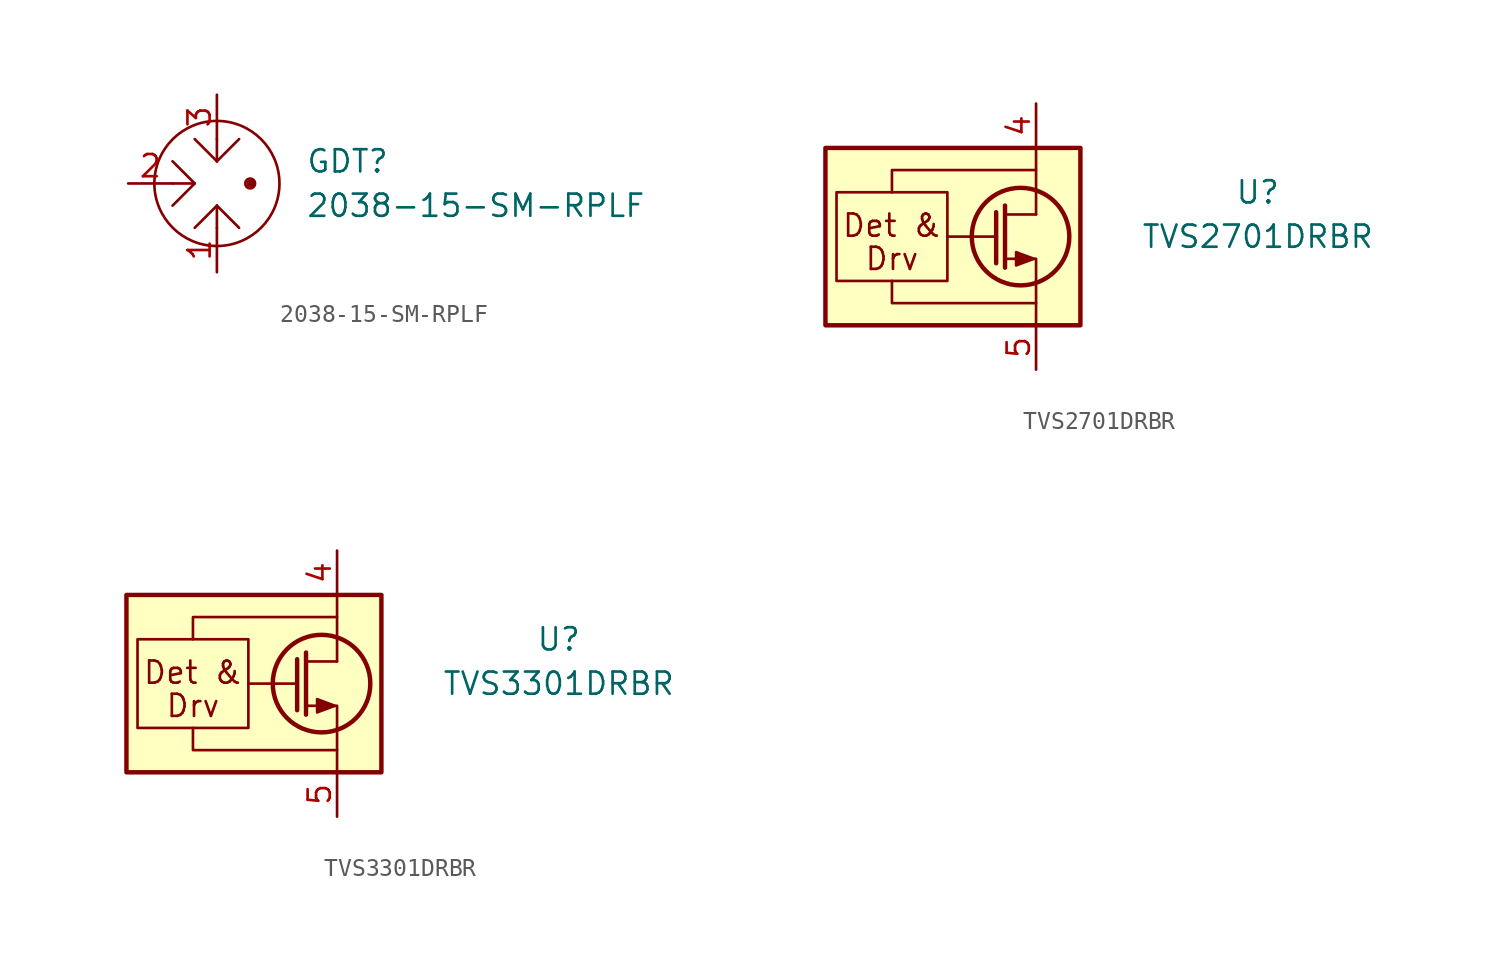
<source format=kicad_sym>
(kicad_symbol_lib
  (version 20241209)
  (generator "kicad_symbol_editor")
  (generator_version "9.0")
  (symbol "2038-15-SM-RPLF"
    (pin_names
      (hide yes))
    (property "Reference" "GDT"
      (at 5.08 1.27 0)
      (effects (font (size 1.27 1.27)) (justify left)))
    (property "Value" "2038-15-SM-RPLF"
      (at 5.08 -1.27 0)
      (effects (font (size 1.27 1.27)) (justify left)))
    (symbol "2038-15-SM-RPLF_0_1"
      (polyline (pts (xy -2.54 1.27) (xy -1.27 0) (xy -2.54 -1.27)) (stroke (width 0) (type default)) (fill (type none)))
      (polyline (pts (xy -2.54 0) (xy -1.27 0)) (stroke (width 0) (type default)) (fill (type none)))
      (polyline (pts (xy 0 2.54) (xy 0 1.27)) (stroke (width 0) (type default)) (fill (type none)))
      (polyline (pts (xy 0 1.27) (xy -1.27 2.54)) (stroke (width 0) (type default)) (fill (type none)))
      (polyline (pts (xy 0 1.27) (xy 1.27 2.54)) (stroke (width 0) (type default)) (fill (type none)))
      (circle (center 0 0) (radius 3.581) (stroke (width 0) (type default)) (fill (type none)))
      (polyline (pts (xy 0 -1.27) (xy -1.27 -2.54)) (stroke (width 0) (type default)) (fill (type none)))
      (polyline (pts (xy 0 -1.27) (xy 1.27 -2.54)) (stroke (width 0) (type default)) (fill (type none)))
      (polyline (pts (xy 0 -2.54) (xy 0 -1.27)) (stroke (width 0) (type default)) (fill (type none)))
      (circle (center 1.905 0) (radius 0.127) (stroke (width 0) (type default)) (fill (type none)))
      (circle (center 1.905 0) (radius 0.127) (stroke (width 0) (type default)) (fill (type none)))
      (circle (center 1.905 0) (radius 0.279) (stroke (width 0) (type default)) (fill (type none)))
      (circle (center 2.032 0) (radius 0.127) (stroke (width 0) (type default)) (fill (type none))))
    (symbol "2038-15-SM-RPLF_1_1"
      (pin passive line (at -5.08 0 0) (length 2.54) (name "~" (effects (font (size 1.27 1.27)))) (number "2" (effects (font (size 1.27 1.27)))))
      (pin passive line (at 0 5.08 270) (length 2.54) (name "~" (effects (font (size 1.27 1.27)))) (number "3" (effects (font (size 1.27 1.27)))))
      (pin passive line (at 0 -5.08 90) (length 2.54) (name "~" (effects (font (size 1.27 1.27)))) (number "1" (effects (font (size 1.27 1.27)))))))
  (symbol "TVS2701DRBR"
    (pin_names
      (hide yes))
    (property "Reference" "U"
      (at 17.78 -2.54 0)
      (effects (font (size 1.27 1.27))))
    (property "Value" "TVS2701DRBR"
      (at 17.78 -5.08 0)
      (effects (font (size 1.27 1.27))))
    (symbol "TVS2701DRBR_0_0"
      (rectangle (start -6.35 -2.54) (end 0 -7.62) (stroke (width 0) (type default)) (fill (type none)))
      (polyline (pts (xy -3.175 -2.54) (xy -3.175 -1.27) (xy 5.08 -1.27)) (stroke (width 0) (type default)) (fill (type none)))
      (polyline (pts (xy -3.175 -7.62) (xy -3.175 -8.89) (xy 5.08 -8.89)) (stroke (width 0) (type default)) (fill (type none)))
      (polyline (pts (xy 5.08 -3.81) (xy 3.302 -3.81)) (stroke (width 0) (type default)) (fill (type none)))
      (text "Det &" (at -3.175 -4.445 0) (effects (font (size 1.27 1.27))))
      (text "Drv" (at -3.175 -6.35 0) (effects (font (size 1.27 1.27)))))
    (symbol "TVS2701DRBR_0_1"
      (rectangle (start -6.985 0) (end 7.62 -10.16) (stroke (width 0.254) (type default)) (fill (type background)))
      (polyline (pts (xy 2.794 -3.683) (xy 2.794 -6.604)) (stroke (width 0.254) (type default)) (fill (type none)))
      (polyline (pts (xy 2.794 -5.08) (xy 0 -5.08)) (stroke (width 0) (type default)) (fill (type none)))
      (polyline (pts (xy 3.302 -3.302) (xy 3.302 -6.858)) (stroke (width 0.254) (type default)) (fill (type none)))
      (circle (center 4.191 -5.08) (radius 2.794) (stroke (width 0.254) (type default)) (fill (type none)))
      (polyline (pts (xy 4.953 -6.35) (xy 3.937 -6.731) (xy 3.937 -5.969) (xy 4.953 -6.35)) (stroke (width 0) (type default)) (fill (type outline)))
      (polyline (pts (xy 5.08 0) (xy 5.08 -2.54)) (stroke (width 0) (type default)) (fill (type none)))
      (polyline (pts (xy 5.08 -2.54) (xy 5.08 -3.81)) (stroke (width 0) (type default)) (fill (type none)))
      (polyline (pts (xy 5.08 -7.62) (xy 5.08 -10.16)) (stroke (width 0) (type default)) (fill (type none)))
      (polyline (pts (xy 5.08 -7.62) (xy 5.08 -6.35) (xy 3.302 -6.35)) (stroke (width 0) (type default)) (fill (type none))))
    (symbol "TVS2701DRBR_1_1"
      (pin passive line (at 5.08 2.54 270) (length 2.54) (hide yes) (name "IN" (effects (font (size 1.27 1.27)))) (number "1" (effects (font (size 1.27 1.27)))))
      (pin passive line (at 5.08 2.54 270) (length 2.54) (hide yes) (name "IN" (effects (font (size 1.27 1.27)))) (number "2" (effects (font (size 1.27 1.27)))))
      (pin passive line (at 5.08 2.54 270) (length 2.54) (hide yes) (name "IN" (effects (font (size 1.27 1.27)))) (number "3" (effects (font (size 1.27 1.27)))))
      (pin passive line (at 5.08 2.54 270) (length 2.54) (name "IN" (effects (font (size 1.27 1.27)))) (number "4" (effects (font (size 1.27 1.27)))))
      (pin power_in line (at 5.08 -12.7 90) (length 2.54) (name "GND" (effects (font (size 1.27 1.27)))) (number "5" (effects (font (size 1.27 1.27)))))
      (pin passive line (at 5.08 -12.7 90) (length 2.54) (hide yes) (name "GND" (effects (font (size 1.27 1.27)))) (number "6" (effects (font (size 1.27 1.27)))))
      (pin passive line (at 5.08 -12.7 90) (length 2.54) (hide yes) (name "GND" (effects (font (size 1.27 1.27)))) (number "7" (effects (font (size 1.27 1.27)))))
      (pin passive line (at 5.08 -12.7 90) (length 2.54) (hide yes) (name "GND" (effects (font (size 1.27 1.27)))) (number "8" (effects (font (size 1.27 1.27)))))
      (pin no_connect line (at 10.16 -5.08 180) (length 2.54) (hide yes) (name "NC" (effects (font (size 1.27 1.27)))) (number "9" (effects (font (size 1.27 1.27)))))))
  (symbol "TVS3301DRBR"
    (pin_names
      (hide yes))
    (property "Reference" "U"
      (at 17.78 -2.54 0)
      (effects (font (size 1.27 1.27))))
    (property "Value" "TVS3301DRBR"
      (at 17.78 -5.08 0)
      (effects (font (size 1.27 1.27))))
    (symbol "TVS3301DRBR_0_0"
      (rectangle (start -6.35 -2.54) (end 0 -7.62) (stroke (width 0) (type default)) (fill (type none)))
      (polyline (pts (xy -3.175 -2.54) (xy -3.175 -1.27) (xy 5.08 -1.27)) (stroke (width 0) (type default)) (fill (type none)))
      (polyline (pts (xy -3.175 -7.62) (xy -3.175 -8.89) (xy 5.08 -8.89)) (stroke (width 0) (type default)) (fill (type none)))
      (polyline (pts (xy 5.08 -3.81) (xy 3.302 -3.81)) (stroke (width 0) (type default)) (fill (type none)))
      (text "Det &" (at -3.175 -4.445 0) (effects (font (size 1.27 1.27))))
      (text "Drv" (at -3.175 -6.35 0) (effects (font (size 1.27 1.27)))))
    (symbol "TVS3301DRBR_0_1"
      (rectangle (start -6.985 0) (end 7.62 -10.16) (stroke (width 0.254) (type default)) (fill (type background)))
      (polyline (pts (xy 2.794 -3.683) (xy 2.794 -6.604)) (stroke (width 0.254) (type default)) (fill (type none)))
      (polyline (pts (xy 2.794 -5.08) (xy 0 -5.08)) (stroke (width 0) (type default)) (fill (type none)))
      (polyline (pts (xy 3.302 -3.302) (xy 3.302 -6.858)) (stroke (width 0.254) (type default)) (fill (type none)))
      (circle (center 4.191 -5.08) (radius 2.794) (stroke (width 0.254) (type default)) (fill (type none)))
      (polyline (pts (xy 4.953 -6.35) (xy 3.937 -6.731) (xy 3.937 -5.969) (xy 4.953 -6.35)) (stroke (width 0) (type default)) (fill (type outline)))
      (polyline (pts (xy 5.08 0) (xy 5.08 -2.54)) (stroke (width 0) (type default)) (fill (type none)))
      (polyline (pts (xy 5.08 -2.54) (xy 5.08 -3.81)) (stroke (width 0) (type default)) (fill (type none)))
      (polyline (pts (xy 5.08 -7.62) (xy 5.08 -10.16)) (stroke (width 0) (type default)) (fill (type none)))
      (polyline (pts (xy 5.08 -7.62) (xy 5.08 -6.35) (xy 3.302 -6.35)) (stroke (width 0) (type default)) (fill (type none))))
    (symbol "TVS3301DRBR_1_1"
      (pin passive line (at 5.08 2.54 270) (length 2.54) (hide yes) (name "IN" (effects (font (size 1.27 1.27)))) (number "1" (effects (font (size 1.27 1.27)))))
      (pin passive line (at 5.08 2.54 270) (length 2.54) (hide yes) (name "IN" (effects (font (size 1.27 1.27)))) (number "2" (effects (font (size 1.27 1.27)))))
      (pin passive line (at 5.08 2.54 270) (length 2.54) (hide yes) (name "IN" (effects (font (size 1.27 1.27)))) (number "3" (effects (font (size 1.27 1.27)))))
      (pin passive line (at 5.08 2.54 270) (length 2.54) (name "IN" (effects (font (size 1.27 1.27)))) (number "4" (effects (font (size 1.27 1.27)))))
      (pin power_in line (at 5.08 -12.7 90) (length 2.54) (name "GND" (effects (font (size 1.27 1.27)))) (number "5" (effects (font (size 1.27 1.27)))))
      (pin passive line (at 5.08 -12.7 90) (length 2.54) (hide yes) (name "GND" (effects (font (size 1.27 1.27)))) (number "6" (effects (font (size 1.27 1.27)))))
      (pin passive line (at 5.08 -12.7 90) (length 2.54) (hide yes) (name "GND" (effects (font (size 1.27 1.27)))) (number "7" (effects (font (size 1.27 1.27)))))
      (pin passive line (at 5.08 -12.7 90) (length 2.54) (hide yes) (name "GND" (effects (font (size 1.27 1.27)))) (number "8" (effects (font (size 1.27 1.27)))))
      (pin no_connect line (at 10.16 -5.08 180) (length 2.54) (hide yes) (name "NC" (effects (font (size 1.27 1.27)))) (number "9" (effects (font (size 1.27 1.27))))))))
</source>
